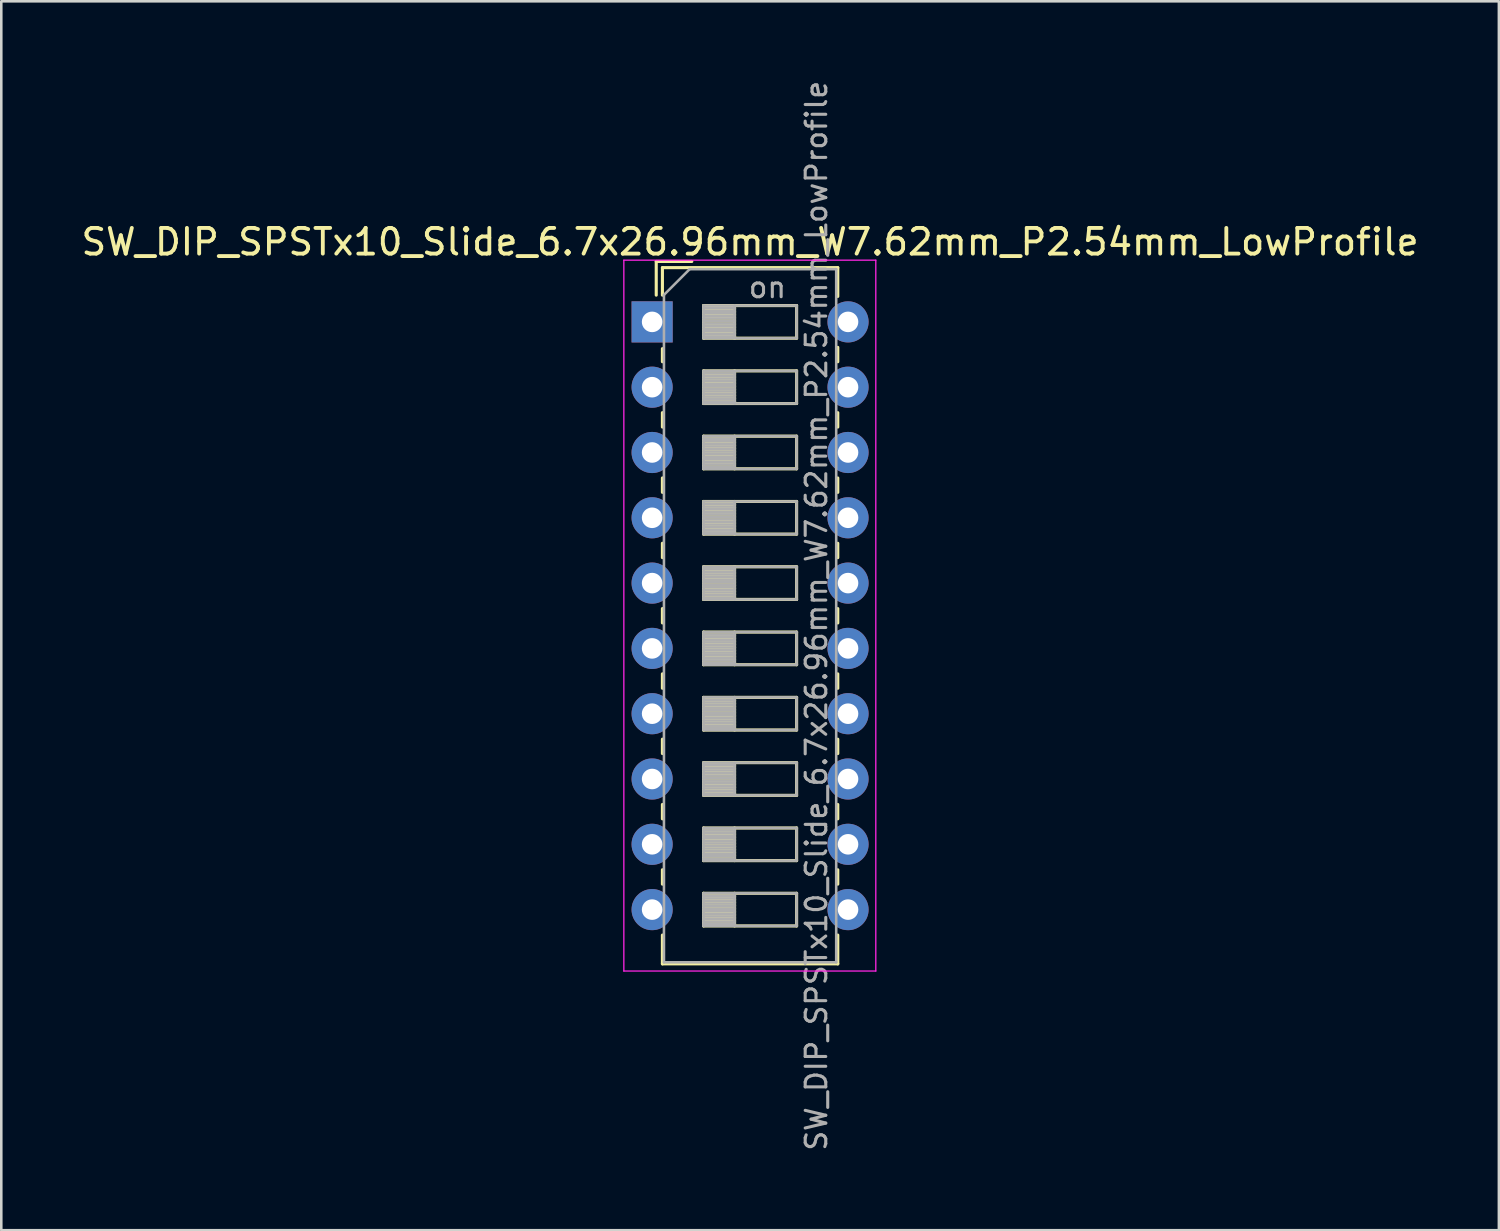
<source format=kicad_pcb>
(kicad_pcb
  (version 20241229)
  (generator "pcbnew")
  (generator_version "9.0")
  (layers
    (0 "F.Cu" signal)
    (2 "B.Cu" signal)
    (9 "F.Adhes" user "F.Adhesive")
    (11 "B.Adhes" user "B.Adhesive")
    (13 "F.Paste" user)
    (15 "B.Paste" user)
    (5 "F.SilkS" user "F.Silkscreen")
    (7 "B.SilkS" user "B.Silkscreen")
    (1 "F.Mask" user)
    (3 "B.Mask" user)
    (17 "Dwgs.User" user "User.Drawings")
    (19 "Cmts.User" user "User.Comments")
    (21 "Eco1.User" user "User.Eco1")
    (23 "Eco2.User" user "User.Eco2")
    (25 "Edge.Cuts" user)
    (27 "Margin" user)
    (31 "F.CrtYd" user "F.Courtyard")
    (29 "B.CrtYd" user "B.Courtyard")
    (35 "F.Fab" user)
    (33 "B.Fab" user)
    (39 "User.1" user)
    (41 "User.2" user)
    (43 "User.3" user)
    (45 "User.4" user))
  (footprint "SW_DIP_SPSTx10_Slide_6.7x26.96mm_W7.62mm_P2.54mm_LowProfile"
    (layer "F.Cu")
    (at 22.315 9.47)
    (property "Reference" "SW_DIP_SPSTx10_Slide_6.7x26.96mm_W7.62mm_P2.54mm_LowProfile" (at 3.81 -3.11 0) (layer "F.SilkS") (effects (font (size 1 1) (thickness 0.15))))
    (attr through_hole)
    (fp_line (start 0.16 -2.35) (end 0.16 -1.04) (stroke (width 0.12) (type solid)) (layer "F.SilkS"))
    (fp_line (start 0.16 -2.35) (end 1.543 -2.35) (stroke (width 0.12) (type solid)) (layer "F.SilkS"))
    (fp_line (start 0.4 -2.11) (end 0.4 -1.04) (stroke (width 0.12) (type solid)) (layer "F.SilkS"))
    (fp_line (start 0.4 -2.11) (end 7.221 -2.11) (stroke (width 0.12) (type solid)) (layer "F.SilkS"))
    (fp_line (start 0.4 1.04) (end 0.4 1.551) (stroke (width 0.12) (type solid)) (layer "F.SilkS"))
    (fp_line (start 0.4 3.53) (end 0.4 4.091) (stroke (width 0.12) (type solid)) (layer "F.SilkS"))
    (fp_line (start 0.4 6.07) (end 0.4 6.631) (stroke (width 0.12) (type solid)) (layer "F.SilkS"))
    (fp_line (start 0.4 8.61) (end 0.4 9.17) (stroke (width 0.12) (type solid)) (layer "F.SilkS"))
    (fp_line (start 0.4 11.15) (end 0.4 11.71) (stroke (width 0.12) (type solid)) (layer "F.SilkS"))
    (fp_line (start 0.4 13.69) (end 0.4 14.25) (stroke (width 0.12) (type solid)) (layer "F.SilkS"))
    (fp_line (start 0.4 16.23) (end 0.4 16.79) (stroke (width 0.12) (type solid)) (layer "F.SilkS"))
    (fp_line (start 0.4 18.77) (end 0.4 19.33) (stroke (width 0.12) (type solid)) (layer "F.SilkS"))
    (fp_line (start 0.4 21.31) (end 0.4 21.87) (stroke (width 0.12) (type solid)) (layer "F.SilkS"))
    (fp_line (start 0.4 23.85) (end 0.4 24.971) (stroke (width 0.12) (type solid)) (layer "F.SilkS"))
    (fp_line (start 0.4 24.971) (end 7.221 24.971) (stroke (width 0.12) (type solid)) (layer "F.SilkS"))
    (fp_line (start 2 -0.635) (end 2 0.635) (stroke (width 0.12) (type solid)) (layer "F.SilkS"))
    (fp_line (start 2 -0.515) (end 3.207 -0.515) (stroke (width 0.12) (type solid)) (layer "F.SilkS"))
    (fp_line (start 2 -0.395) (end 3.207 -0.395) (stroke (width 0.12) (type solid)) (layer "F.SilkS"))
    (fp_line (start 2 -0.275) (end 3.207 -0.275) (stroke (width 0.12) (type solid)) (layer "F.SilkS"))
    (fp_line (start 2 -0.155) (end 3.207 -0.155) (stroke (width 0.12) (type solid)) (layer "F.SilkS"))
    (fp_line (start 2 -0.035) (end 3.207 -0.035) (stroke (width 0.12) (type solid)) (layer "F.SilkS"))
    (fp_line (start 2 0.085) (end 3.207 0.085) (stroke (width 0.12) (type solid)) (layer "F.SilkS"))
    (fp_line (start 2 0.205) (end 3.207 0.205) (stroke (width 0.12) (type solid)) (layer "F.SilkS"))
    (fp_line (start 2 0.325) (end 3.207 0.325) (stroke (width 0.12) (type solid)) (layer "F.SilkS"))
    (fp_line (start 2 0.445) (end 3.207 0.445) (stroke (width 0.12) (type solid)) (layer "F.SilkS"))
    (fp_line (start 2 0.565) (end 3.207 0.565) (stroke (width 0.12) (type solid)) (layer "F.SilkS"))
    (fp_line (start 2 0.635) (end 5.62 0.635) (stroke (width 0.12) (type solid)) (layer "F.SilkS"))
    (fp_line (start 2 1.905) (end 2 3.175) (stroke (width 0.12) (type solid)) (layer "F.SilkS"))
    (fp_line (start 2 2.025) (end 3.207 2.025) (stroke (width 0.12) (type solid)) (layer "F.SilkS"))
    (fp_line (start 2 2.145) (end 3.207 2.145) (stroke (width 0.12) (type solid)) (layer "F.SilkS"))
    (fp_line (start 2 2.265) (end 3.207 2.265) (stroke (width 0.12) (type solid)) (layer "F.SilkS"))
    (fp_line (start 2 2.385) (end 3.207 2.385) (stroke (width 0.12) (type solid)) (layer "F.SilkS"))
    (fp_line (start 2 2.505) (end 3.207 2.505) (stroke (width 0.12) (type solid)) (layer "F.SilkS"))
    (fp_line (start 2 2.625) (end 3.207 2.625) (stroke (width 0.12) (type solid)) (layer "F.SilkS"))
    (fp_line (start 2 2.745) (end 3.207 2.745) (stroke (width 0.12) (type solid)) (layer "F.SilkS"))
    (fp_line (start 2 2.865) (end 3.207 2.865) (stroke (width 0.12) (type solid)) (layer "F.SilkS"))
    (fp_line (start 2 2.985) (end 3.207 2.985) (stroke (width 0.12) (type solid)) (layer "F.SilkS"))
    (fp_line (start 2 3.105) (end 3.207 3.105) (stroke (width 0.12) (type solid)) (layer "F.SilkS"))
    (fp_line (start 2 3.175) (end 5.62 3.175) (stroke (width 0.12) (type solid)) (layer "F.SilkS"))
    (fp_line (start 2 4.445) (end 2 5.715) (stroke (width 0.12) (type solid)) (layer "F.SilkS"))
    (fp_line (start 2 4.565) (end 3.207 4.565) (stroke (width 0.12) (type solid)) (layer "F.SilkS"))
    (fp_line (start 2 4.685) (end 3.207 4.685) (stroke (width 0.12) (type solid)) (layer "F.SilkS"))
    (fp_line (start 2 4.805) (end 3.207 4.805) (stroke (width 0.12) (type solid)) (layer "F.SilkS"))
    (fp_line (start 2 4.925) (end 3.207 4.925) (stroke (width 0.12) (type solid)) (layer "F.SilkS"))
    (fp_line (start 2 5.045) (end 3.207 5.045) (stroke (width 0.12) (type solid)) (layer "F.SilkS"))
    (fp_line (start 2 5.165) (end 3.207 5.165) (stroke (width 0.12) (type solid)) (layer "F.SilkS"))
    (fp_line (start 2 5.285) (end 3.207 5.285) (stroke (width 0.12) (type solid)) (layer "F.SilkS"))
    (fp_line (start 2 5.405) (end 3.207 5.405) (stroke (width 0.12) (type solid)) (layer "F.SilkS"))
    (fp_line (start 2 5.525) (end 3.207 5.525) (stroke (width 0.12) (type solid)) (layer "F.SilkS"))
    (fp_line (start 2 5.645) (end 3.207 5.645) (stroke (width 0.12) (type solid)) (layer "F.SilkS"))
    (fp_line (start 2 5.715) (end 5.62 5.715) (stroke (width 0.12) (type solid)) (layer "F.SilkS"))
    (fp_line (start 2 6.985) (end 2 8.255) (stroke (width 0.12) (type solid)) (layer "F.SilkS"))
    (fp_line (start 2 7.105) (end 3.207 7.105) (stroke (width 0.12) (type solid)) (layer "F.SilkS"))
    (fp_line (start 2 7.225) (end 3.207 7.225) (stroke (width 0.12) (type solid)) (layer "F.SilkS"))
    (fp_line (start 2 7.345) (end 3.207 7.345) (stroke (width 0.12) (type solid)) (layer "F.SilkS"))
    (fp_line (start 2 7.465) (end 3.207 7.465) (stroke (width 0.12) (type solid)) (layer "F.SilkS"))
    (fp_line (start 2 7.585) (end 3.207 7.585) (stroke (width 0.12) (type solid)) (layer "F.SilkS"))
    (fp_line (start 2 7.705) (end 3.207 7.705) (stroke (width 0.12) (type solid)) (layer "F.SilkS"))
    (fp_line (start 2 7.825) (end 3.207 7.825) (stroke (width 0.12) (type solid)) (layer "F.SilkS"))
    (fp_line (start 2 7.945) (end 3.207 7.945) (stroke (width 0.12) (type solid)) (layer "F.SilkS"))
    (fp_line (start 2 8.065) (end 3.207 8.065) (stroke (width 0.12) (type solid)) (layer "F.SilkS"))
    (fp_line (start 2 8.185) (end 3.207 8.185) (stroke (width 0.12) (type solid)) (layer "F.SilkS"))
    (fp_line (start 2 8.255) (end 5.62 8.255) (stroke (width 0.12) (type solid)) (layer "F.SilkS"))
    (fp_line (start 2 9.525) (end 2 10.795) (stroke (width 0.12) (type solid)) (layer "F.SilkS"))
    (fp_line (start 2 9.645) (end 3.207 9.645) (stroke (width 0.12) (type solid)) (layer "F.SilkS"))
    (fp_line (start 2 9.765) (end 3.207 9.765) (stroke (width 0.12) (type solid)) (layer "F.SilkS"))
    (fp_line (start 2 9.885) (end 3.207 9.885) (stroke (width 0.12) (type solid)) (layer "F.SilkS"))
    (fp_line (start 2 10.005) (end 3.207 10.005) (stroke (width 0.12) (type solid)) (layer "F.SilkS"))
    (fp_line (start 2 10.125) (end 3.207 10.125) (stroke (width 0.12) (type solid)) (layer "F.SilkS"))
    (fp_line (start 2 10.245) (end 3.207 10.245) (stroke (width 0.12) (type solid)) (layer "F.SilkS"))
    (fp_line (start 2 10.365) (end 3.207 10.365) (stroke (width 0.12) (type solid)) (layer "F.SilkS"))
    (fp_line (start 2 10.485) (end 3.207 10.485) (stroke (width 0.12) (type solid)) (layer "F.SilkS"))
    (fp_line (start 2 10.605) (end 3.207 10.605) (stroke (width 0.12) (type solid)) (layer "F.SilkS"))
    (fp_line (start 2 10.725) (end 3.207 10.725) (stroke (width 0.12) (type solid)) (layer "F.SilkS"))
    (fp_line (start 2 10.795) (end 5.62 10.795) (stroke (width 0.12) (type solid)) (layer "F.SilkS"))
    (fp_line (start 2 12.065) (end 2 13.335) (stroke (width 0.12) (type solid)) (layer "F.SilkS"))
    (fp_line (start 2 12.185) (end 3.207 12.185) (stroke (width 0.12) (type solid)) (layer "F.SilkS"))
    (fp_line (start 2 12.305) (end 3.207 12.305) (stroke (width 0.12) (type solid)) (layer "F.SilkS"))
    (fp_line (start 2 12.425) (end 3.207 12.425) (stroke (width 0.12) (type solid)) (layer "F.SilkS"))
    (fp_line (start 2 12.545) (end 3.207 12.545) (stroke (width 0.12) (type solid)) (layer "F.SilkS"))
    (fp_line (start 2 12.665) (end 3.207 12.665) (stroke (width 0.12) (type solid)) (layer "F.SilkS"))
    (fp_line (start 2 12.785) (end 3.207 12.785) (stroke (width 0.12) (type solid)) (layer "F.SilkS"))
    (fp_line (start 2 12.905) (end 3.207 12.905) (stroke (width 0.12) (type solid)) (layer "F.SilkS"))
    (fp_line (start 2 13.025) (end 3.207 13.025) (stroke (width 0.12) (type solid)) (layer "F.SilkS"))
    (fp_line (start 2 13.145) (end 3.207 13.145) (stroke (width 0.12) (type solid)) (layer "F.SilkS"))
    (fp_line (start 2 13.265) (end 3.207 13.265) (stroke (width 0.12) (type solid)) (layer "F.SilkS"))
    (fp_line (start 2 13.335) (end 5.62 13.335) (stroke (width 0.12) (type solid)) (layer "F.SilkS"))
    (fp_line (start 2 14.605) (end 2 15.875) (stroke (width 0.12) (type solid)) (layer "F.SilkS"))
    (fp_line (start 2 14.725) (end 3.207 14.725) (stroke (width 0.12) (type solid)) (layer "F.SilkS"))
    (fp_line (start 2 14.845) (end 3.207 14.845) (stroke (width 0.12) (type solid)) (layer "F.SilkS"))
    (fp_line (start 2 14.965) (end 3.207 14.965) (stroke (width 0.12) (type solid)) (layer "F.SilkS"))
    (fp_line (start 2 15.085) (end 3.207 15.085) (stroke (width 0.12) (type solid)) (layer "F.SilkS"))
    (fp_line (start 2 15.205) (end 3.207 15.205) (stroke (width 0.12) (type solid)) (layer "F.SilkS"))
    (fp_line (start 2 15.325) (end 3.207 15.325) (stroke (width 0.12) (type solid)) (layer "F.SilkS"))
    (fp_line (start 2 15.445) (end 3.207 15.445) (stroke (width 0.12) (type solid)) (layer "F.SilkS"))
    (fp_line (start 2 15.565) (end 3.207 15.565) (stroke (width 0.12) (type solid)) (layer "F.SilkS"))
    (fp_line (start 2 15.685) (end 3.207 15.685) (stroke (width 0.12) (type solid)) (layer "F.SilkS"))
    (fp_line (start 2 15.805) (end 3.207 15.805) (stroke (width 0.12) (type solid)) (layer "F.SilkS"))
    (fp_line (start 2 15.875) (end 5.62 15.875) (stroke (width 0.12) (type solid)) (layer "F.SilkS"))
    (fp_line (start 2 17.145) (end 2 18.415) (stroke (width 0.12) (type solid)) (layer "F.SilkS"))
    (fp_line (start 2 17.265) (end 3.207 17.265) (stroke (width 0.12) (type solid)) (layer "F.SilkS"))
    (fp_line (start 2 17.385) (end 3.207 17.385) (stroke (width 0.12) (type solid)) (layer "F.SilkS"))
    (fp_line (start 2 17.505) (end 3.207 17.505) (stroke (width 0.12) (type solid)) (layer "F.SilkS"))
    (fp_line (start 2 17.625) (end 3.207 17.625) (stroke (width 0.12) (type solid)) (layer "F.SilkS"))
    (fp_line (start 2 17.745) (end 3.207 17.745) (stroke (width 0.12) (type solid)) (layer "F.SilkS"))
    (fp_line (start 2 17.865) (end 3.207 17.865) (stroke (width 0.12) (type solid)) (layer "F.SilkS"))
    (fp_line (start 2 17.985) (end 3.207 17.985) (stroke (width 0.12) (type solid)) (layer "F.SilkS"))
    (fp_line (start 2 18.105) (end 3.207 18.105) (stroke (width 0.12) (type solid)) (layer "F.SilkS"))
    (fp_line (start 2 18.225) (end 3.207 18.225) (stroke (width 0.12) (type solid)) (layer "F.SilkS"))
    (fp_line (start 2 18.345) (end 3.207 18.345) (stroke (width 0.12) (type solid)) (layer "F.SilkS"))
    (fp_line (start 2 18.415) (end 5.62 18.415) (stroke (width 0.12) (type solid)) (layer "F.SilkS"))
    (fp_line (start 2 19.685) (end 2 20.955) (stroke (width 0.12) (type solid)) (layer "F.SilkS"))
    (fp_line (start 2 19.805) (end 3.207 19.805) (stroke (width 0.12) (type solid)) (layer "F.SilkS"))
    (fp_line (start 2 19.925) (end 3.207 19.925) (stroke (width 0.12) (type solid)) (layer "F.SilkS"))
    (fp_line (start 2 20.045) (end 3.207 20.045) (stroke (width 0.12) (type solid)) (layer "F.SilkS"))
    (fp_line (start 2 20.165) (end 3.207 20.165) (stroke (width 0.12) (type solid)) (layer "F.SilkS"))
    (fp_line (start 2 20.285) (end 3.207 20.285) (stroke (width 0.12) (type solid)) (layer "F.SilkS"))
    (fp_line (start 2 20.405) (end 3.207 20.405) (stroke (width 0.12) (type solid)) (layer "F.SilkS"))
    (fp_line (start 2 20.525) (end 3.207 20.525) (stroke (width 0.12) (type solid)) (layer "F.SilkS"))
    (fp_line (start 2 20.645) (end 3.207 20.645) (stroke (width 0.12) (type solid)) (layer "F.SilkS"))
    (fp_line (start 2 20.765) (end 3.207 20.765) (stroke (width 0.12) (type solid)) (layer "F.SilkS"))
    (fp_line (start 2 20.885) (end 3.207 20.885) (stroke (width 0.12) (type solid)) (layer "F.SilkS"))
    (fp_line (start 2 20.955) (end 5.62 20.955) (stroke (width 0.12) (type solid)) (layer "F.SilkS"))
    (fp_line (start 2 22.225) (end 2 23.495) (stroke (width 0.12) (type solid)) (layer "F.SilkS"))
    (fp_line (start 2 22.345) (end 3.207 22.345) (stroke (width 0.12) (type solid)) (layer "F.SilkS"))
    (fp_line (start 2 22.465) (end 3.207 22.465) (stroke (width 0.12) (type solid)) (layer "F.SilkS"))
    (fp_line (start 2 22.585) (end 3.207 22.585) (stroke (width 0.12) (type solid)) (layer "F.SilkS"))
    (fp_line (start 2 22.705) (end 3.207 22.705) (stroke (width 0.12) (type solid)) (layer "F.SilkS"))
    (fp_line (start 2 22.825) (end 3.207 22.825) (stroke (width 0.12) (type solid)) (layer "F.SilkS"))
    (fp_line (start 2 22.945) (end 3.207 22.945) (stroke (width 0.12) (type solid)) (layer "F.SilkS"))
    (fp_line (start 2 23.065) (end 3.207 23.065) (stroke (width 0.12) (type solid)) (layer "F.SilkS"))
    (fp_line (start 2 23.185) (end 3.207 23.185) (stroke (width 0.12) (type solid)) (layer "F.SilkS"))
    (fp_line (start 2 23.305) (end 3.207 23.305) (stroke (width 0.12) (type solid)) (layer "F.SilkS"))
    (fp_line (start 2 23.425) (end 3.207 23.425) (stroke (width 0.12) (type solid)) (layer "F.SilkS"))
    (fp_line (start 2 23.495) (end 5.62 23.495) (stroke (width 0.12) (type solid)) (layer "F.SilkS"))
    (fp_line (start 3.207 -0.635) (end 3.207 0.635) (stroke (width 0.12) (type solid)) (layer "F.SilkS"))
    (fp_line (start 3.207 1.905) (end 3.207 3.175) (stroke (width 0.12) (type solid)) (layer "F.SilkS"))
    (fp_line (start 3.207 4.445) (end 3.207 5.715) (stroke (width 0.12) (type solid)) (layer "F.SilkS"))
    (fp_line (start 3.207 6.985) (end 3.207 8.255) (stroke (width 0.12) (type solid)) (layer "F.SilkS"))
    (fp_line (start 3.207 9.525) (end 3.207 10.795) (stroke (width 0.12) (type solid)) (layer "F.SilkS"))
    (fp_line (start 3.207 12.065) (end 3.207 13.335) (stroke (width 0.12) (type solid)) (layer "F.SilkS"))
    (fp_line (start 3.207 14.605) (end 3.207 15.875) (stroke (width 0.12) (type solid)) (layer "F.SilkS"))
    (fp_line (start 3.207 17.145) (end 3.207 18.415) (stroke (width 0.12) (type solid)) (layer "F.SilkS"))
    (fp_line (start 3.207 19.685) (end 3.207 20.955) (stroke (width 0.12) (type solid)) (layer "F.SilkS"))
    (fp_line (start 3.207 22.225) (end 3.207 23.495) (stroke (width 0.12) (type solid)) (layer "F.SilkS"))
    (fp_line (start 5.62 -0.635) (end 2 -0.635) (stroke (width 0.12) (type solid)) (layer "F.SilkS"))
    (fp_line (start 5.62 0.635) (end 5.62 -0.635) (stroke (width 0.12) (type solid)) (layer "F.SilkS"))
    (fp_line (start 5.62 1.905) (end 2 1.905) (stroke (width 0.12) (type solid)) (layer "F.SilkS"))
    (fp_line (start 5.62 3.175) (end 5.62 1.905) (stroke (width 0.12) (type solid)) (layer "F.SilkS"))
    (fp_line (start 5.62 4.445) (end 2 4.445) (stroke (width 0.12) (type solid)) (layer "F.SilkS"))
    (fp_line (start 5.62 5.715) (end 5.62 4.445) (stroke (width 0.12) (type solid)) (layer "F.SilkS"))
    (fp_line (start 5.62 6.985) (end 2 6.985) (stroke (width 0.12) (type solid)) (layer "F.SilkS"))
    (fp_line (start 5.62 8.255) (end 5.62 6.985) (stroke (width 0.12) (type solid)) (layer "F.SilkS"))
    (fp_line (start 5.62 9.525) (end 2 9.525) (stroke (width 0.12) (type solid)) (layer "F.SilkS"))
    (fp_line (start 5.62 10.795) (end 5.62 9.525) (stroke (width 0.12) (type solid)) (layer "F.SilkS"))
    (fp_line (start 5.62 12.065) (end 2 12.065) (stroke (width 0.12) (type solid)) (layer "F.SilkS"))
    (fp_line (start 5.62 13.335) (end 5.62 12.065) (stroke (width 0.12) (type solid)) (layer "F.SilkS"))
    (fp_line (start 5.62 14.605) (end 2 14.605) (stroke (width 0.12) (type solid)) (layer "F.SilkS"))
    (fp_line (start 5.62 15.875) (end 5.62 14.605) (stroke (width 0.12) (type solid)) (layer "F.SilkS"))
    (fp_line (start 5.62 17.145) (end 2 17.145) (stroke (width 0.12) (type solid)) (layer "F.SilkS"))
    (fp_line (start 5.62 18.415) (end 5.62 17.145) (stroke (width 0.12) (type solid)) (layer "F.SilkS"))
    (fp_line (start 5.62 19.685) (end 2 19.685) (stroke (width 0.12) (type solid)) (layer "F.SilkS"))
    (fp_line (start 5.62 20.955) (end 5.62 19.685) (stroke (width 0.12) (type solid)) (layer "F.SilkS"))
    (fp_line (start 5.62 22.225) (end 2 22.225) (stroke (width 0.12) (type solid)) (layer "F.SilkS"))
    (fp_line (start 5.62 23.495) (end 5.62 22.225) (stroke (width 0.12) (type solid)) (layer "F.SilkS"))
    (fp_line (start 7.221 -2.11) (end 7.221 -0.99) (stroke (width 0.12) (type solid)) (layer "F.SilkS"))
    (fp_line (start 7.221 0.991) (end 7.221 1.551) (stroke (width 0.12) (type solid)) (layer "F.SilkS"))
    (fp_line (start 7.221 3.531) (end 7.221 4.091) (stroke (width 0.12) (type solid)) (layer "F.SilkS"))
    (fp_line (start 7.221 6.071) (end 7.221 6.631) (stroke (width 0.12) (type solid)) (layer "F.SilkS"))
    (fp_line (start 7.221 8.611) (end 7.221 9.171) (stroke (width 0.12) (type solid)) (layer "F.SilkS"))
    (fp_line (start 7.221 11.151) (end 7.221 11.711) (stroke (width 0.12) (type solid)) (layer "F.SilkS"))
    (fp_line (start 7.221 13.691) (end 7.221 14.251) (stroke (width 0.12) (type solid)) (layer "F.SilkS"))
    (fp_line (start 7.221 16.231) (end 7.221 16.79) (stroke (width 0.12) (type solid)) (layer "F.SilkS"))
    (fp_line (start 7.221 18.771) (end 7.221 19.33) (stroke (width 0.12) (type solid)) (layer "F.SilkS"))
    (fp_line (start 7.221 21.311) (end 7.221 21.87) (stroke (width 0.12) (type solid)) (layer "F.SilkS"))
    (fp_line (start 7.221 23.85) (end 7.221 24.971) (stroke (width 0.12) (type solid)) (layer "F.SilkS"))
    (fp_line (start -1.1 -2.4) (end -1.1 25.25) (stroke (width 0.05) (type solid)) (layer "F.CrtYd"))
    (fp_line (start -1.1 25.25) (end 8.7 25.25) (stroke (width 0.05) (type solid)) (layer "F.CrtYd"))
    (fp_line (start 8.7 -2.4) (end -1.1 -2.4) (stroke (width 0.05) (type solid)) (layer "F.CrtYd"))
    (fp_line (start 8.7 25.25) (end 8.7 -2.4) (stroke (width 0.05) (type solid)) (layer "F.CrtYd"))
    (fp_line (start 0.46 -1.05) (end 1.46 -2.05) (stroke (width 0.1) (type solid)) (layer "F.Fab"))
    (fp_line (start 0.46 24.91) (end 0.46 -1.05) (stroke (width 0.1) (type solid)) (layer "F.Fab"))
    (fp_line (start 1.46 -2.05) (end 7.16 -2.05) (stroke (width 0.1) (type solid)) (layer "F.Fab"))
    (fp_line (start 2 -0.635) (end 2 0.635) (stroke (width 0.1) (type solid)) (layer "F.Fab"))
    (fp_line (start 2 -0.535) (end 3.207 -0.535) (stroke (width 0.1) (type solid)) (layer "F.Fab"))
    (fp_line (start 2 -0.435) (end 3.207 -0.435) (stroke (width 0.1) (type solid)) (layer "F.Fab"))
    (fp_line (start 2 -0.335) (end 3.207 -0.335) (stroke (width 0.1) (type solid)) (layer "F.Fab"))
    (fp_line (start 2 -0.235) (end 3.207 -0.235) (stroke (width 0.1) (type solid)) (layer "F.Fab"))
    (fp_line (start 2 -0.135) (end 3.207 -0.135) (stroke (width 0.1) (type solid)) (layer "F.Fab"))
    (fp_line (start 2 -0.035) (end 3.207 -0.035) (stroke (width 0.1) (type solid)) (layer "F.Fab"))
    (fp_line (start 2 0.065) (end 3.207 0.065) (stroke (width 0.1) (type solid)) (layer "F.Fab"))
    (fp_line (start 2 0.165) (end 3.207 0.165) (stroke (width 0.1) (type solid)) (layer "F.Fab"))
    (fp_line (start 2 0.265) (end 3.207 0.265) (stroke (width 0.1) (type solid)) (layer "F.Fab"))
    (fp_line (start 2 0.365) (end 3.207 0.365) (stroke (width 0.1) (type solid)) (layer "F.Fab"))
    (fp_line (start 2 0.465) (end 3.207 0.465) (stroke (width 0.1) (type solid)) (layer "F.Fab"))
    (fp_line (start 2 0.565) (end 3.207 0.565) (stroke (width 0.1) (type solid)) (layer "F.Fab"))
    (fp_line (start 2 0.635) (end 5.62 0.635) (stroke (width 0.1) (type solid)) (layer "F.Fab"))
    (fp_line (start 2 1.905) (end 2 3.175) (stroke (width 0.1) (type solid)) (layer "F.Fab"))
    (fp_line (start 2 2.005) (end 3.207 2.005) (stroke (width 0.1) (type solid)) (layer "F.Fab"))
    (fp_line (start 2 2.105) (end 3.207 2.105) (stroke (width 0.1) (type solid)) (layer "F.Fab"))
    (fp_line (start 2 2.205) (end 3.207 2.205) (stroke (width 0.1) (type solid)) (layer "F.Fab"))
    (fp_line (start 2 2.305) (end 3.207 2.305) (stroke (width 0.1) (type solid)) (layer "F.Fab"))
    (fp_line (start 2 2.405) (end 3.207 2.405) (stroke (width 0.1) (type solid)) (layer "F.Fab"))
    (fp_line (start 2 2.505) (end 3.207 2.505) (stroke (width 0.1) (type solid)) (layer "F.Fab"))
    (fp_line (start 2 2.605) (end 3.207 2.605) (stroke (width 0.1) (type solid)) (layer "F.Fab"))
    (fp_line (start 2 2.705) (end 3.207 2.705) (stroke (width 0.1) (type solid)) (layer "F.Fab"))
    (fp_line (start 2 2.805) (end 3.207 2.805) (stroke (width 0.1) (type solid)) (layer "F.Fab"))
    (fp_line (start 2 2.905) (end 3.207 2.905) (stroke (width 0.1) (type solid)) (layer "F.Fab"))
    (fp_line (start 2 3.005) (end 3.207 3.005) (stroke (width 0.1) (type solid)) (layer "F.Fab"))
    (fp_line (start 2 3.105) (end 3.207 3.105) (stroke (width 0.1) (type solid)) (layer "F.Fab"))
    (fp_line (start 2 3.175) (end 5.62 3.175) (stroke (width 0.1) (type solid)) (layer "F.Fab"))
    (fp_line (start 2 4.445) (end 2 5.715) (stroke (width 0.1) (type solid)) (layer "F.Fab"))
    (fp_line (start 2 4.545) (end 3.207 4.545) (stroke (width 0.1) (type solid)) (layer "F.Fab"))
    (fp_line (start 2 4.645) (end 3.207 4.645) (stroke (width 0.1) (type solid)) (layer "F.Fab"))
    (fp_line (start 2 4.745) (end 3.207 4.745) (stroke (width 0.1) (type solid)) (layer "F.Fab"))
    (fp_line (start 2 4.845) (end 3.207 4.845) (stroke (width 0.1) (type solid)) (layer "F.Fab"))
    (fp_line (start 2 4.945) (end 3.207 4.945) (stroke (width 0.1) (type solid)) (layer "F.Fab"))
    (fp_line (start 2 5.045) (end 3.207 5.045) (stroke (width 0.1) (type solid)) (layer "F.Fab"))
    (fp_line (start 2 5.145) (end 3.207 5.145) (stroke (width 0.1) (type solid)) (layer "F.Fab"))
    (fp_line (start 2 5.245) (end 3.207 5.245) (stroke (width 0.1) (type solid)) (layer "F.Fab"))
    (fp_line (start 2 5.345) (end 3.207 5.345) (stroke (width 0.1) (type solid)) (layer "F.Fab"))
    (fp_line (start 2 5.445) (end 3.207 5.445) (stroke (width 0.1) (type solid)) (layer "F.Fab"))
    (fp_line (start 2 5.545) (end 3.207 5.545) (stroke (width 0.1) (type solid)) (layer "F.Fab"))
    (fp_line (start 2 5.645) (end 3.207 5.645) (stroke (width 0.1) (type solid)) (layer "F.Fab"))
    (fp_line (start 2 5.715) (end 5.62 5.715) (stroke (width 0.1) (type solid)) (layer "F.Fab"))
    (fp_line (start 2 6.985) (end 2 8.255) (stroke (width 0.1) (type solid)) (layer "F.Fab"))
    (fp_line (start 2 7.085) (end 3.207 7.085) (stroke (width 0.1) (type solid)) (layer "F.Fab"))
    (fp_line (start 2 7.185) (end 3.207 7.185) (stroke (width 0.1) (type solid)) (layer "F.Fab"))
    (fp_line (start 2 7.285) (end 3.207 7.285) (stroke (width 0.1) (type solid)) (layer "F.Fab"))
    (fp_line (start 2 7.385) (end 3.207 7.385) (stroke (width 0.1) (type solid)) (layer "F.Fab"))
    (fp_line (start 2 7.485) (end 3.207 7.485) (stroke (width 0.1) (type solid)) (layer "F.Fab"))
    (fp_line (start 2 7.585) (end 3.207 7.585) (stroke (width 0.1) (type solid)) (layer "F.Fab"))
    (fp_line (start 2 7.685) (end 3.207 7.685) (stroke (width 0.1) (type solid)) (layer "F.Fab"))
    (fp_line (start 2 7.785) (end 3.207 7.785) (stroke (width 0.1) (type solid)) (layer "F.Fab"))
    (fp_line (start 2 7.885) (end 3.207 7.885) (stroke (width 0.1) (type solid)) (layer "F.Fab"))
    (fp_line (start 2 7.985) (end 3.207 7.985) (stroke (width 0.1) (type solid)) (layer "F.Fab"))
    (fp_line (start 2 8.085) (end 3.207 8.085) (stroke (width 0.1) (type solid)) (layer "F.Fab"))
    (fp_line (start 2 8.185) (end 3.207 8.185) (stroke (width 0.1) (type solid)) (layer "F.Fab"))
    (fp_line (start 2 8.255) (end 5.62 8.255) (stroke (width 0.1) (type solid)) (layer "F.Fab"))
    (fp_line (start 2 9.525) (end 2 10.795) (stroke (width 0.1) (type solid)) (layer "F.Fab"))
    (fp_line (start 2 9.625) (end 3.207 9.625) (stroke (width 0.1) (type solid)) (layer "F.Fab"))
    (fp_line (start 2 9.725) (end 3.207 9.725) (stroke (width 0.1) (type solid)) (layer "F.Fab"))
    (fp_line (start 2 9.825) (end 3.207 9.825) (stroke (width 0.1) (type solid)) (layer "F.Fab"))
    (fp_line (start 2 9.925) (end 3.207 9.925) (stroke (width 0.1) (type solid)) (layer "F.Fab"))
    (fp_line (start 2 10.025) (end 3.207 10.025) (stroke (width 0.1) (type solid)) (layer "F.Fab"))
    (fp_line (start 2 10.125) (end 3.207 10.125) (stroke (width 0.1) (type solid)) (layer "F.Fab"))
    (fp_line (start 2 10.225) (end 3.207 10.225) (stroke (width 0.1) (type solid)) (layer "F.Fab"))
    (fp_line (start 2 10.325) (end 3.207 10.325) (stroke (width 0.1) (type solid)) (layer "F.Fab"))
    (fp_line (start 2 10.425) (end 3.207 10.425) (stroke (width 0.1) (type solid)) (layer "F.Fab"))
    (fp_line (start 2 10.525) (end 3.207 10.525) (stroke (width 0.1) (type solid)) (layer "F.Fab"))
    (fp_line (start 2 10.625) (end 3.207 10.625) (stroke (width 0.1) (type solid)) (layer "F.Fab"))
    (fp_line (start 2 10.725) (end 3.207 10.725) (stroke (width 0.1) (type solid)) (layer "F.Fab"))
    (fp_line (start 2 10.795) (end 5.62 10.795) (stroke (width 0.1) (type solid)) (layer "F.Fab"))
    (fp_line (start 2 12.065) (end 2 13.335) (stroke (width 0.1) (type solid)) (layer "F.Fab"))
    (fp_line (start 2 12.165) (end 3.207 12.165) (stroke (width 0.1) (type solid)) (layer "F.Fab"))
    (fp_line (start 2 12.265) (end 3.207 12.265) (stroke (width 0.1) (type solid)) (layer "F.Fab"))
    (fp_line (start 2 12.365) (end 3.207 12.365) (stroke (width 0.1) (type solid)) (layer "F.Fab"))
    (fp_line (start 2 12.465) (end 3.207 12.465) (stroke (width 0.1) (type solid)) (layer "F.Fab"))
    (fp_line (start 2 12.565) (end 3.207 12.565) (stroke (width 0.1) (type solid)) (layer "F.Fab"))
    (fp_line (start 2 12.665) (end 3.207 12.665) (stroke (width 0.1) (type solid)) (layer "F.Fab"))
    (fp_line (start 2 12.765) (end 3.207 12.765) (stroke (width 0.1) (type solid)) (layer "F.Fab"))
    (fp_line (start 2 12.865) (end 3.207 12.865) (stroke (width 0.1) (type solid)) (layer "F.Fab"))
    (fp_line (start 2 12.965) (end 3.207 12.965) (stroke (width 0.1) (type solid)) (layer "F.Fab"))
    (fp_line (start 2 13.065) (end 3.207 13.065) (stroke (width 0.1) (type solid)) (layer "F.Fab"))
    (fp_line (start 2 13.165) (end 3.207 13.165) (stroke (width 0.1) (type solid)) (layer "F.Fab"))
    (fp_line (start 2 13.265) (end 3.207 13.265) (stroke (width 0.1) (type solid)) (layer "F.Fab"))
    (fp_line (start 2 13.335) (end 5.62 13.335) (stroke (width 0.1) (type solid)) (layer "F.Fab"))
    (fp_line (start 2 14.605) (end 2 15.875) (stroke (width 0.1) (type solid)) (layer "F.Fab"))
    (fp_line (start 2 14.705) (end 3.207 14.705) (stroke (width 0.1) (type solid)) (layer "F.Fab"))
    (fp_line (start 2 14.805) (end 3.207 14.805) (stroke (width 0.1) (type solid)) (layer "F.Fab"))
    (fp_line (start 2 14.905) (end 3.207 14.905) (stroke (width 0.1) (type solid)) (layer "F.Fab"))
    (fp_line (start 2 15.005) (end 3.207 15.005) (stroke (width 0.1) (type solid)) (layer "F.Fab"))
    (fp_line (start 2 15.105) (end 3.207 15.105) (stroke (width 0.1) (type solid)) (layer "F.Fab"))
    (fp_line (start 2 15.205) (end 3.207 15.205) (stroke (width 0.1) (type solid)) (layer "F.Fab"))
    (fp_line (start 2 15.305) (end 3.207 15.305) (stroke (width 0.1) (type solid)) (layer "F.Fab"))
    (fp_line (start 2 15.405) (end 3.207 15.405) (stroke (width 0.1) (type solid)) (layer "F.Fab"))
    (fp_line (start 2 15.505) (end 3.207 15.505) (stroke (width 0.1) (type solid)) (layer "F.Fab"))
    (fp_line (start 2 15.605) (end 3.207 15.605) (stroke (width 0.1) (type solid)) (layer "F.Fab"))
    (fp_line (start 2 15.705) (end 3.207 15.705) (stroke (width 0.1) (type solid)) (layer "F.Fab"))
    (fp_line (start 2 15.805) (end 3.207 15.805) (stroke (width 0.1) (type solid)) (layer "F.Fab"))
    (fp_line (start 2 15.875) (end 5.62 15.875) (stroke (width 0.1) (type solid)) (layer "F.Fab"))
    (fp_line (start 2 17.145) (end 2 18.415) (stroke (width 0.1) (type solid)) (layer "F.Fab"))
    (fp_line (start 2 17.245) (end 3.207 17.245) (stroke (width 0.1) (type solid)) (layer "F.Fab"))
    (fp_line (start 2 17.345) (end 3.207 17.345) (stroke (width 0.1) (type solid)) (layer "F.Fab"))
    (fp_line (start 2 17.445) (end 3.207 17.445) (stroke (width 0.1) (type solid)) (layer "F.Fab"))
    (fp_line (start 2 17.545) (end 3.207 17.545) (stroke (width 0.1) (type solid)) (layer "F.Fab"))
    (fp_line (start 2 17.645) (end 3.207 17.645) (stroke (width 0.1) (type solid)) (layer "F.Fab"))
    (fp_line (start 2 17.745) (end 3.207 17.745) (stroke (width 0.1) (type solid)) (layer "F.Fab"))
    (fp_line (start 2 17.845) (end 3.207 17.845) (stroke (width 0.1) (type solid)) (layer "F.Fab"))
    (fp_line (start 2 17.945) (end 3.207 17.945) (stroke (width 0.1) (type solid)) (layer "F.Fab"))
    (fp_line (start 2 18.045) (end 3.207 18.045) (stroke (width 0.1) (type solid)) (layer "F.Fab"))
    (fp_line (start 2 18.145) (end 3.207 18.145) (stroke (width 0.1) (type solid)) (layer "F.Fab"))
    (fp_line (start 2 18.245) (end 3.207 18.245) (stroke (width 0.1) (type solid)) (layer "F.Fab"))
    (fp_line (start 2 18.345) (end 3.207 18.345) (stroke (width 0.1) (type solid)) (layer "F.Fab"))
    (fp_line (start 2 18.415) (end 5.62 18.415) (stroke (width 0.1) (type solid)) (layer "F.Fab"))
    (fp_line (start 2 19.685) (end 2 20.955) (stroke (width 0.1) (type solid)) (layer "F.Fab"))
    (fp_line (start 2 19.785) (end 3.207 19.785) (stroke (width 0.1) (type solid)) (layer "F.Fab"))
    (fp_line (start 2 19.885) (end 3.207 19.885) (stroke (width 0.1) (type solid)) (layer "F.Fab"))
    (fp_line (start 2 19.985) (end 3.207 19.985) (stroke (width 0.1) (type solid)) (layer "F.Fab"))
    (fp_line (start 2 20.085) (end 3.207 20.085) (stroke (width 0.1) (type solid)) (layer "F.Fab"))
    (fp_line (start 2 20.185) (end 3.207 20.185) (stroke (width 0.1) (type solid)) (layer "F.Fab"))
    (fp_line (start 2 20.285) (end 3.207 20.285) (stroke (width 0.1) (type solid)) (layer "F.Fab"))
    (fp_line (start 2 20.385) (end 3.207 20.385) (stroke (width 0.1) (type solid)) (layer "F.Fab"))
    (fp_line (start 2 20.485) (end 3.207 20.485) (stroke (width 0.1) (type solid)) (layer "F.Fab"))
    (fp_line (start 2 20.585) (end 3.207 20.585) (stroke (width 0.1) (type solid)) (layer "F.Fab"))
    (fp_line (start 2 20.685) (end 3.207 20.685) (stroke (width 0.1) (type solid)) (layer "F.Fab"))
    (fp_line (start 2 20.785) (end 3.207 20.785) (stroke (width 0.1) (type solid)) (layer "F.Fab"))
    (fp_line (start 2 20.885) (end 3.207 20.885) (stroke (width 0.1) (type solid)) (layer "F.Fab"))
    (fp_line (start 2 20.955) (end 5.62 20.955) (stroke (width 0.1) (type solid)) (layer "F.Fab"))
    (fp_line (start 2 22.225) (end 2 23.495) (stroke (width 0.1) (type solid)) (layer "F.Fab"))
    (fp_line (start 2 22.325) (end 3.207 22.325) (stroke (width 0.1) (type solid)) (layer "F.Fab"))
    (fp_line (start 2 22.425) (end 3.207 22.425) (stroke (width 0.1) (type solid)) (layer "F.Fab"))
    (fp_line (start 2 22.525) (end 3.207 22.525) (stroke (width 0.1) (type solid)) (layer "F.Fab"))
    (fp_line (start 2 22.625) (end 3.207 22.625) (stroke (width 0.1) (type solid)) (layer "F.Fab"))
    (fp_line (start 2 22.725) (end 3.207 22.725) (stroke (width 0.1) (type solid)) (layer "F.Fab"))
    (fp_line (start 2 22.825) (end 3.207 22.825) (stroke (width 0.1) (type solid)) (layer "F.Fab"))
    (fp_line (start 2 22.925) (end 3.207 22.925) (stroke (width 0.1) (type solid)) (layer "F.Fab"))
    (fp_line (start 2 23.025) (end 3.207 23.025) (stroke (width 0.1) (type solid)) (layer "F.Fab"))
    (fp_line (start 2 23.125) (end 3.207 23.125) (stroke (width 0.1) (type solid)) (layer "F.Fab"))
    (fp_line (start 2 23.225) (end 3.207 23.225) (stroke (width 0.1) (type solid)) (layer "F.Fab"))
    (fp_line (start 2 23.325) (end 3.207 23.325) (stroke (width 0.1) (type solid)) (layer "F.Fab"))
    (fp_line (start 2 23.425) (end 3.207 23.425) (stroke (width 0.1) (type solid)) (layer "F.Fab"))
    (fp_line (start 2 23.495) (end 5.62 23.495) (stroke (width 0.1) (type solid)) (layer "F.Fab"))
    (fp_line (start 3.207 -0.635) (end 3.207 0.635) (stroke (width 0.1) (type solid)) (layer "F.Fab"))
    (fp_line (start 3.207 1.905) (end 3.207 3.175) (stroke (width 0.1) (type solid)) (layer "F.Fab"))
    (fp_line (start 3.207 4.445) (end 3.207 5.715) (stroke (width 0.1) (type solid)) (layer "F.Fab"))
    (fp_line (start 3.207 6.985) (end 3.207 8.255) (stroke (width 0.1) (type solid)) (layer "F.Fab"))
    (fp_line (start 3.207 9.525) (end 3.207 10.795) (stroke (width 0.1) (type solid)) (layer "F.Fab"))
    (fp_line (start 3.207 12.065) (end 3.207 13.335) (stroke (width 0.1) (type solid)) (layer "F.Fab"))
    (fp_line (start 3.207 14.605) (end 3.207 15.875) (stroke (width 0.1) (type solid)) (layer "F.Fab"))
    (fp_line (start 3.207 17.145) (end 3.207 18.415) (stroke (width 0.1) (type solid)) (layer "F.Fab"))
    (fp_line (start 3.207 19.685) (end 3.207 20.955) (stroke (width 0.1) (type solid)) (layer "F.Fab"))
    (fp_line (start 3.207 22.225) (end 3.207 23.495) (stroke (width 0.1) (type solid)) (layer "F.Fab"))
    (fp_line (start 5.62 -0.635) (end 2 -0.635) (stroke (width 0.1) (type solid)) (layer "F.Fab"))
    (fp_line (start 5.62 0.635) (end 5.62 -0.635) (stroke (width 0.1) (type solid)) (layer "F.Fab"))
    (fp_line (start 5.62 1.905) (end 2 1.905) (stroke (width 0.1) (type solid)) (layer "F.Fab"))
    (fp_line (start 5.62 3.175) (end 5.62 1.905) (stroke (width 0.1) (type solid)) (layer "F.Fab"))
    (fp_line (start 5.62 4.445) (end 2 4.445) (stroke (width 0.1) (type solid)) (layer "F.Fab"))
    (fp_line (start 5.62 5.715) (end 5.62 4.445) (stroke (width 0.1) (type solid)) (layer "F.Fab"))
    (fp_line (start 5.62 6.985) (end 2 6.985) (stroke (width 0.1) (type solid)) (layer "F.Fab"))
    (fp_line (start 5.62 8.255) (end 5.62 6.985) (stroke (width 0.1) (type solid)) (layer "F.Fab"))
    (fp_line (start 5.62 9.525) (end 2 9.525) (stroke (width 0.1) (type solid)) (layer "F.Fab"))
    (fp_line (start 5.62 10.795) (end 5.62 9.525) (stroke (width 0.1) (type solid)) (layer "F.Fab"))
    (fp_line (start 5.62 12.065) (end 2 12.065) (stroke (width 0.1) (type solid)) (layer "F.Fab"))
    (fp_line (start 5.62 13.335) (end 5.62 12.065) (stroke (width 0.1) (type solid)) (layer "F.Fab"))
    (fp_line (start 5.62 14.605) (end 2 14.605) (stroke (width 0.1) (type solid)) (layer "F.Fab"))
    (fp_line (start 5.62 15.875) (end 5.62 14.605) (stroke (width 0.1) (type solid)) (layer "F.Fab"))
    (fp_line (start 5.62 17.145) (end 2 17.145) (stroke (width 0.1) (type solid)) (layer "F.Fab"))
    (fp_line (start 5.62 18.415) (end 5.62 17.145) (stroke (width 0.1) (type solid)) (layer "F.Fab"))
    (fp_line (start 5.62 19.685) (end 2 19.685) (stroke (width 0.1) (type solid)) (layer "F.Fab"))
    (fp_line (start 5.62 20.955) (end 5.62 19.685) (stroke (width 0.1) (type solid)) (layer "F.Fab"))
    (fp_line (start 5.62 22.225) (end 2 22.225) (stroke (width 0.1) (type solid)) (layer "F.Fab"))
    (fp_line (start 5.62 23.495) (end 5.62 22.225) (stroke (width 0.1) (type solid)) (layer "F.Fab"))
    (fp_line (start 7.16 -2.05) (end 7.16 24.91) (stroke (width 0.1) (type solid)) (layer "F.Fab"))
    (fp_line (start 7.16 24.91) (end 0.46 24.91) (stroke (width 0.1) (type solid)) (layer "F.Fab"))
    (fp_text user "on" (at 4.485 -1.343 0) (layer "F.Fab") (effects (font (size 0.8 0.8) (thickness 0.12))))
    (fp_text user "${REFERENCE}" (at 6.39 11.43 90) (layer "F.Fab") (effects (font (size 0.8 0.8) (thickness 0.12))))
    (pad "1" thru_hole rect (at 0 0) (size 1.6 1.6) (drill 0.8) (layers "*.Cu" "*.Mask"))
    (pad "2" thru_hole oval (at 0 2.54) (size 1.6 1.6) (drill 0.8) (layers "*.Cu" "*.Mask"))
    (pad "3" thru_hole oval (at 0 5.08) (size 1.6 1.6) (drill 0.8) (layers "*.Cu" "*.Mask"))
    (pad "4" thru_hole oval (at 0 7.62) (size 1.6 1.6) (drill 0.8) (layers "*.Cu" "*.Mask"))
    (pad "5" thru_hole oval (at 0 10.16) (size 1.6 1.6) (drill 0.8) (layers "*.Cu" "*.Mask"))
    (pad "6" thru_hole oval (at 0 12.7) (size 1.6 1.6) (drill 0.8) (layers "*.Cu" "*.Mask"))
    (pad "7" thru_hole oval (at 0 15.24) (size 1.6 1.6) (drill 0.8) (layers "*.Cu" "*.Mask"))
    (pad "8" thru_hole oval (at 0 17.78) (size 1.6 1.6) (drill 0.8) (layers "*.Cu" "*.Mask"))
    (pad "9" thru_hole oval (at 0 20.32) (size 1.6 1.6) (drill 0.8) (layers "*.Cu" "*.Mask"))
    (pad "10" thru_hole oval (at 0 22.86) (size 1.6 1.6) (drill 0.8) (layers "*.Cu" "*.Mask"))
    (pad "11" thru_hole oval (at 7.62 22.86) (size 1.6 1.6) (drill 0.8) (layers "*.Cu" "*.Mask"))
    (pad "12" thru_hole oval (at 7.62 20.32) (size 1.6 1.6) (drill 0.8) (layers "*.Cu" "*.Mask"))
    (pad "13" thru_hole oval (at 7.62 17.78) (size 1.6 1.6) (drill 0.8) (layers "*.Cu" "*.Mask"))
    (pad "14" thru_hole oval (at 7.62 15.24) (size 1.6 1.6) (drill 0.8) (layers "*.Cu" "*.Mask"))
    (pad "15" thru_hole oval (at 7.62 12.7) (size 1.6 1.6) (drill 0.8) (layers "*.Cu" "*.Mask"))
    (pad "16" thru_hole oval (at 7.62 10.16) (size 1.6 1.6) (drill 0.8) (layers "*.Cu" "*.Mask"))
    (pad "17" thru_hole oval (at 7.62 7.62) (size 1.6 1.6) (drill 0.8) (layers "*.Cu" "*.Mask"))
    (pad "18" thru_hole oval (at 7.62 5.08) (size 1.6 1.6) (drill 0.8) (layers "*.Cu" "*.Mask"))
    (pad "19" thru_hole oval (at 7.62 2.54) (size 1.6 1.6) (drill 0.8) (layers "*.Cu" "*.Mask"))
    (pad "20" thru_hole oval (at 7.62 0) (size 1.6 1.6) (drill 0.8) (layers "*.Cu" "*.Mask")))
  (gr_rect
    (start -3 -3)
    (end 55.25 44.8)
    (stroke (width 0.1) (type default))
    (fill no)
    (layer "Edge.Cuts")))
</source>
